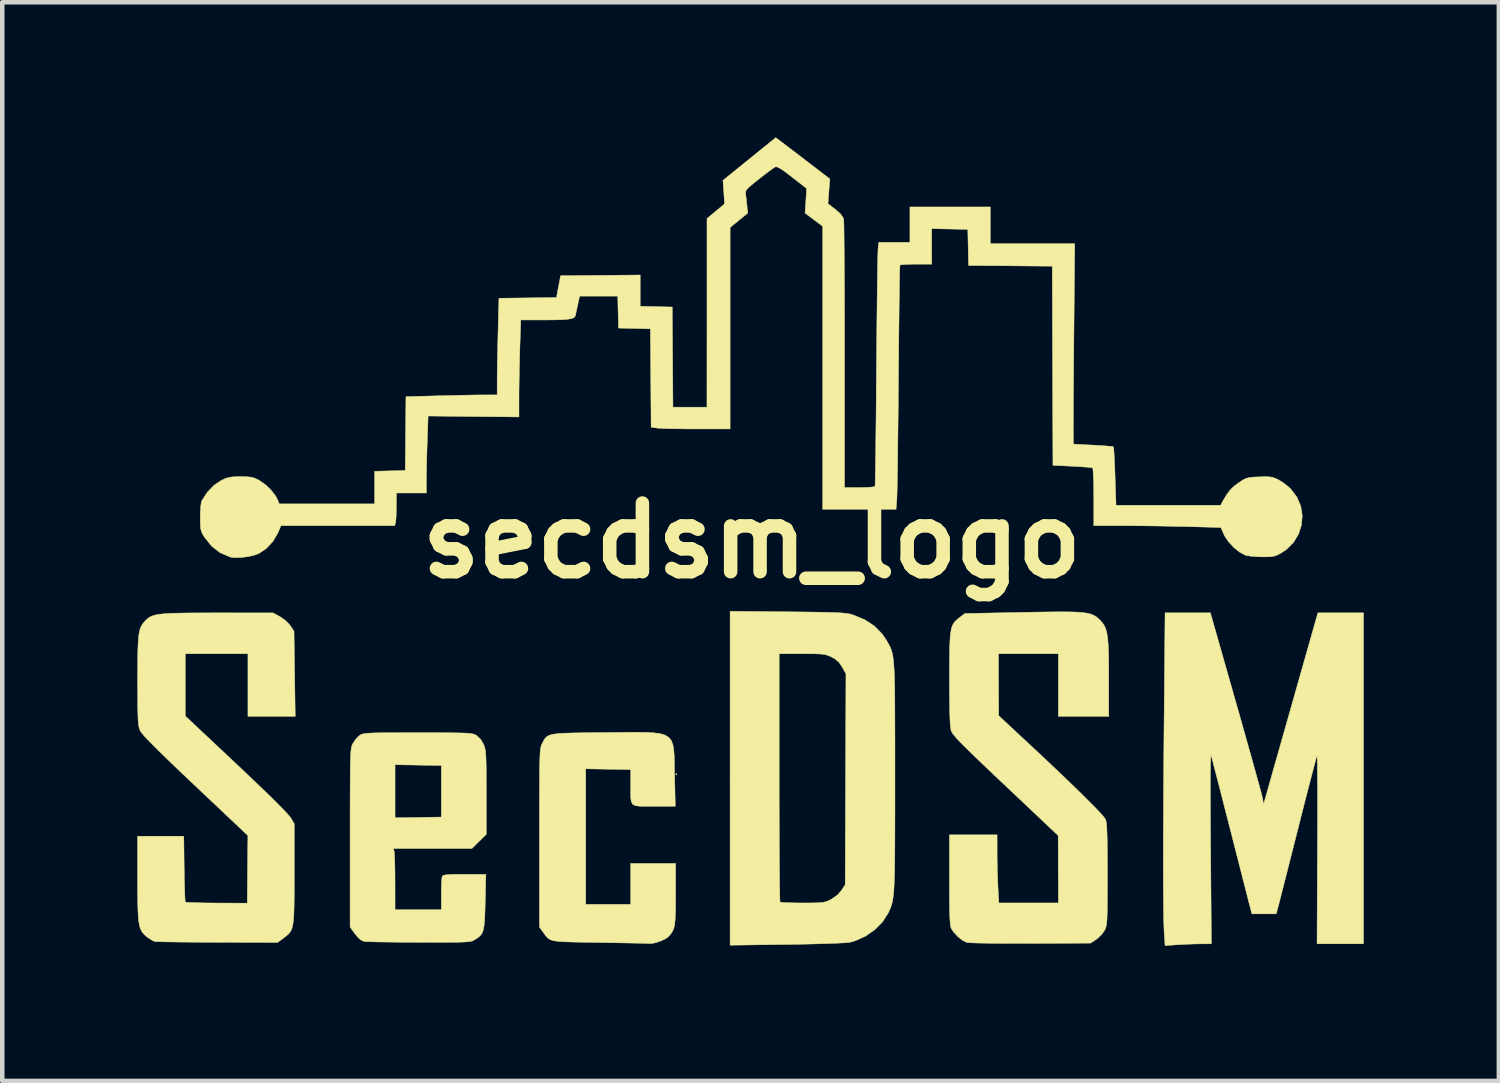
<source format=kicad_pcb>
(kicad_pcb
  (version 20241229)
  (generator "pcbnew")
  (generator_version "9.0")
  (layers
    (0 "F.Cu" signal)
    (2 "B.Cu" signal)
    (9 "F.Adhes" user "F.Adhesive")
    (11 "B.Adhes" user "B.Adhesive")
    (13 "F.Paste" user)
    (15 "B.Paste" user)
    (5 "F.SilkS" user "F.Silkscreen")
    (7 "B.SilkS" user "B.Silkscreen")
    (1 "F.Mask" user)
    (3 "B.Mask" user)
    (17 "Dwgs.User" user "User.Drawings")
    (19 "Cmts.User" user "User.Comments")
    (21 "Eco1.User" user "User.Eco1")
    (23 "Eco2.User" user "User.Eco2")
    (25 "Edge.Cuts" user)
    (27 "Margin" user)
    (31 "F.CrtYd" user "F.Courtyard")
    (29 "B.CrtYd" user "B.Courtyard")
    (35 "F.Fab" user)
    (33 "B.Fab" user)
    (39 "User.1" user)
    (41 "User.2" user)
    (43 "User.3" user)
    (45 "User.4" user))
  (footprint "secdsm_logo"
    (layer "F.Cu")
    (at 13.642 8.952)
    (property "Reference" "secdsm_logo" (at 0 0 0) (layer "F.SilkS") (effects (font (size 1.524 1.524) (thickness 0.3))))
    (attr through_hole)
    (fp_poly (pts (xy -1.663 5.186) (xy -1.678 5.201) (xy -1.693 5.186) (xy -1.678 5.171) (xy -1.663 5.186)) (stroke (width 0.01) (type solid)) (fill yes) (layer "F.SilkS"))
    (fp_poly (pts (xy -2.377 4.256) (xy -2.189 4.265) (xy -2.041 4.284) (xy -1.929 4.317) (xy -1.847 4.367) (xy -1.79 4.436) (xy -1.754 4.529) (xy -1.734 4.647) (xy -1.724 4.794) (xy -1.72 4.974) (xy -1.717 5.189) (xy -1.716 5.209) (xy -1.701 5.896) (xy -2.177 5.896) (xy -2.365 5.897) (xy -2.5 5.895) (xy -2.592 5.882) (xy -2.649 5.849) (xy -2.679 5.791) (xy -2.69 5.698) (xy -2.691 5.563) (xy -2.691 5.422) (xy -2.691 5.083) (xy -3.689 5.065) (xy -3.689 6.569) (xy -3.689 8.074) (xy -2.691 8.074) (xy -2.691 7.166) (xy -1.693 7.166) (xy -1.693 7.848) (xy -1.694 8.086) (xy -1.697 8.272) (xy -1.704 8.414) (xy -1.715 8.522) (xy -1.734 8.605) (xy -1.761 8.669) (xy -1.797 8.726) (xy -1.845 8.782) (xy -1.854 8.792) (xy -1.921 8.841) (xy -2.024 8.888) (xy -2.135 8.926) (xy -2.233 8.944) (xy -2.266 8.944) (xy -2.306 8.942) (xy -2.4 8.939) (xy -2.54 8.936) (xy -2.718 8.933) (xy -2.928 8.929) (xy -3.162 8.925) (xy -3.375 8.921) (xy -3.661 8.917) (xy -3.894 8.913) (xy -4.08 8.908) (xy -4.224 8.902) (xy -4.334 8.892) (xy -4.415 8.878) (xy -4.475 8.858) (xy -4.52 8.832) (xy -4.555 8.798) (xy -4.589 8.756) (xy -4.627 8.703) (xy -4.631 8.696) (xy -4.717 8.579) (xy -4.717 6.601) (xy -4.717 6.207) (xy -4.717 5.868) (xy -4.716 5.58) (xy -4.715 5.339) (xy -4.714 5.141) (xy -4.711 4.98) (xy -4.708 4.851) (xy -4.704 4.752) (xy -4.699 4.676) (xy -4.692 4.619) (xy -4.684 4.578) (xy -4.675 4.546) (xy -4.664 4.519) (xy -4.657 4.507) (xy -4.628 4.45) (xy -4.601 4.403) (xy -4.57 4.365) (xy -4.528 4.335) (xy -4.471 4.312) (xy -4.393 4.295) (xy -4.287 4.282) (xy -4.148 4.274) (xy -3.97 4.269) (xy -3.748 4.265) (xy -3.475 4.262) (xy -3.235 4.26) (xy -2.896 4.257) (xy -2.611 4.254) (xy -2.377 4.256)) (stroke (width 0.01) (type solid)) (fill yes) (layer "F.SilkS"))
    (fp_poly (pts (xy 0.794 1.58) (xy 1.112 1.583) (xy 1.375 1.586) (xy 1.59 1.59) (xy 1.763 1.594) (xy 1.899 1.599) (xy 2.006 1.606) (xy 2.088 1.614) (xy 2.152 1.624) (xy 2.204 1.636) (xy 2.238 1.646) (xy 2.505 1.756) (xy 2.723 1.899) (xy 2.897 2.077) (xy 2.991 2.219) (xy 3.022 2.274) (xy 3.05 2.325) (xy 3.075 2.374) (xy 3.095 2.427) (xy 3.113 2.487) (xy 3.128 2.559) (xy 3.14 2.646) (xy 3.15 2.752) (xy 3.158 2.882) (xy 3.164 3.041) (xy 3.169 3.231) (xy 3.172 3.457) (xy 3.173 3.723) (xy 3.174 4.033) (xy 3.175 4.392) (xy 3.175 4.804) (xy 3.175 5.245) (xy 3.175 5.712) (xy 3.175 6.121) (xy 3.174 6.479) (xy 3.173 6.788) (xy 3.171 7.053) (xy 3.168 7.279) (xy 3.164 7.469) (xy 3.158 7.627) (xy 3.151 7.757) (xy 3.141 7.864) (xy 3.13 7.952) (xy 3.116 8.025) (xy 3.1 8.086) (xy 3.082 8.141) (xy 3.06 8.193) (xy 3.035 8.246) (xy 3.021 8.275) (xy 2.899 8.465) (xy 2.73 8.635) (xy 2.527 8.777) (xy 2.302 8.88) (xy 2.173 8.917) (xy 2.114 8.924) (xy 2.003 8.931) (xy 1.845 8.938) (xy 1.648 8.945) (xy 1.42 8.952) (xy 1.167 8.958) (xy 0.896 8.962) (xy 0.779 8.964) (xy -0.484 8.981) (xy -0.484 2.51) (xy 0.605 2.51) (xy 0.605 5.256) (xy 0.605 5.659) (xy 0.606 6.044) (xy 0.607 6.407) (xy 0.608 6.745) (xy 0.61 7.052) (xy 0.612 7.325) (xy 0.614 7.559) (xy 0.616 7.751) (xy 0.619 7.894) (xy 0.622 7.987) (xy 0.625 8.023) (xy 0.625 8.023) (xy 0.661 8.03) (xy 0.746 8.036) (xy 0.87 8.04) (xy 1.023 8.043) (xy 1.125 8.043) (xy 1.308 8.043) (xy 1.442 8.04) (xy 1.539 8.034) (xy 1.611 8.023) (xy 1.67 8.006) (xy 1.727 7.981) (xy 1.755 7.967) (xy 1.9 7.867) (xy 1.988 7.765) (xy 2.071 7.64) (xy 2.088 2.958) (xy 2.007 2.81) (xy 1.933 2.7) (xy 1.842 2.624) (xy 1.774 2.586) (xy 1.714 2.558) (xy 1.658 2.538) (xy 1.595 2.524) (xy 1.512 2.516) (xy 1.399 2.512) (xy 1.245 2.51) (xy 1.113 2.51) (xy 0.605 2.51) (xy -0.484 2.51) (xy -0.484 1.568) (xy 0.794 1.58)) (stroke (width 0.01) (type solid)) (fill yes) (layer "F.SilkS"))
    (fp_poly (pts (xy 10.744 3.591) (xy 10.841 3.929) (xy 10.932 4.254) (xy 11.018 4.559) (xy 11.097 4.839) (xy 11.167 5.09) (xy 11.226 5.306) (xy 11.275 5.482) (xy 11.31 5.613) (xy 11.33 5.694) (xy 11.335 5.715) (xy 11.359 5.851) (xy 11.394 5.73) (xy 11.408 5.681) (xy 11.437 5.579) (xy 11.479 5.429) (xy 11.534 5.235) (xy 11.599 5.004) (xy 11.674 4.741) (xy 11.757 4.449) (xy 11.846 4.135) (xy 11.94 3.803) (xy 11.996 3.606) (xy 12.564 1.603) (xy 13.577 1.603) (xy 13.577 8.95) (xy 12.546 8.95) (xy 12.555 6.85) (xy 12.556 6.501) (xy 12.557 6.17) (xy 12.557 5.863) (xy 12.557 5.584) (xy 12.556 5.338) (xy 12.554 5.131) (xy 12.553 4.966) (xy 12.55 4.848) (xy 12.548 4.783) (xy 12.546 4.772) (xy 12.535 4.804) (xy 12.511 4.89) (xy 12.475 5.024) (xy 12.429 5.2) (xy 12.373 5.413) (xy 12.31 5.659) (xy 12.24 5.931) (xy 12.166 6.224) (xy 12.115 6.426) (xy 12.037 6.733) (xy 11.963 7.026) (xy 11.894 7.298) (xy 11.831 7.544) (xy 11.777 7.758) (xy 11.732 7.933) (xy 11.698 8.066) (xy 11.677 8.148) (xy 11.67 8.172) (xy 11.639 8.285) (xy 11.1 8.285) (xy 11.07 8.172) (xy 11.057 8.122) (xy 11.03 8.019) (xy 10.992 7.868) (xy 10.943 7.677) (xy 10.885 7.451) (xy 10.82 7.195) (xy 10.748 6.915) (xy 10.672 6.617) (xy 10.631 6.456) (xy 10.553 6.152) (xy 10.479 5.864) (xy 10.411 5.597) (xy 10.349 5.357) (xy 10.295 5.149) (xy 10.251 4.98) (xy 10.219 4.855) (xy 10.198 4.78) (xy 10.193 4.763) (xy 10.188 4.774) (xy 10.184 4.843) (xy 10.18 4.969) (xy 10.178 5.149) (xy 10.177 5.382) (xy 10.177 5.665) (xy 10.178 5.997) (xy 10.18 6.375) (xy 10.183 6.798) (xy 10.183 6.811) (xy 10.2 8.95) (xy 9.976 8.951) (xy 9.838 8.953) (xy 9.671 8.959) (xy 9.504 8.967) (xy 9.462 8.97) (xy 9.172 8.989) (xy 9.152 8.69) (xy 9.146 8.557) (xy 9.141 8.363) (xy 9.137 8.109) (xy 9.135 7.795) (xy 9.133 7.421) (xy 9.133 6.987) (xy 9.134 6.494) (xy 9.137 5.941) (xy 9.14 5.33) (xy 9.145 4.659) (xy 9.151 3.929) (xy 9.152 3.848) (xy 9.172 1.603) (xy 10.178 1.603) (xy 10.744 3.591)) (stroke (width 0.01) (type solid)) (fill yes) (layer "F.SilkS"))
    (fp_poly (pts (xy -11.855 1.603) (xy -10.629 1.604) (xy -10.479 1.686) (xy -10.37 1.762) (xy -10.275 1.853) (xy -10.247 1.89) (xy -10.165 2.011) (xy -10.152 2.956) (xy -10.138 3.901) (xy -11.188 3.901) (xy -11.188 2.51) (xy -12.579 2.51) (xy -12.579 3.893) (xy -11.446 4.958) (xy -11.187 5.203) (xy -10.952 5.427) (xy -10.745 5.627) (xy -10.569 5.8) (xy -10.427 5.944) (xy -10.321 6.054) (xy -10.256 6.128) (xy -10.237 6.154) (xy -10.16 6.285) (xy -10.16 7.399) (xy -10.16 7.705) (xy -10.161 7.957) (xy -10.164 8.161) (xy -10.17 8.323) (xy -10.18 8.45) (xy -10.195 8.547) (xy -10.215 8.621) (xy -10.243 8.678) (xy -10.28 8.724) (xy -10.325 8.765) (xy -10.38 8.809) (xy -10.397 8.821) (xy -10.528 8.92) (xy -11.863 8.917) (xy -12.144 8.916) (xy -12.407 8.914) (xy -12.646 8.912) (xy -12.855 8.909) (xy -13.028 8.907) (xy -13.157 8.903) (xy -13.237 8.9) (xy -13.259 8.898) (xy -13.32 8.87) (xy -13.399 8.819) (xy -13.431 8.795) (xy -13.484 8.75) (xy -13.527 8.702) (xy -13.562 8.645) (xy -13.588 8.572) (xy -13.608 8.477) (xy -13.621 8.353) (xy -13.63 8.195) (xy -13.635 7.994) (xy -13.637 7.745) (xy -13.637 7.494) (xy -13.637 6.562) (xy -12.612 6.562) (xy -12.603 7.285) (xy -12.6 7.488) (xy -12.596 7.67) (xy -12.591 7.824) (xy -12.586 7.939) (xy -12.581 8.008) (xy -12.578 8.025) (xy -12.544 8.03) (xy -12.458 8.034) (xy -12.33 8.038) (xy -12.168 8.042) (xy -11.981 8.044) (xy -11.882 8.045) (xy -11.203 8.048) (xy -11.196 7.297) (xy -11.189 6.547) (xy -12.357 5.443) (xy -12.644 5.172) (xy -12.887 4.939) (xy -13.09 4.743) (xy -13.255 4.58) (xy -13.384 4.449) (xy -13.48 4.348) (xy -13.543 4.274) (xy -13.577 4.226) (xy -13.581 4.218) (xy -13.596 4.18) (xy -13.609 4.134) (xy -13.618 4.075) (xy -13.625 3.995) (xy -13.63 3.888) (xy -13.633 3.746) (xy -13.635 3.562) (xy -13.636 3.331) (xy -13.637 3.111) (xy -13.636 2.814) (xy -13.635 2.571) (xy -13.63 2.375) (xy -13.622 2.219) (xy -13.611 2.098) (xy -13.594 2.004) (xy -13.571 1.931) (xy -13.541 1.872) (xy -13.504 1.821) (xy -13.464 1.776) (xy -13.422 1.736) (xy -13.377 1.702) (xy -13.322 1.675) (xy -13.254 1.653) (xy -13.165 1.636) (xy -13.049 1.623) (xy -12.903 1.614) (xy -12.719 1.609) (xy -12.492 1.605) (xy -12.216 1.604) (xy -11.886 1.603) (xy -11.855 1.603)) (stroke (width 0.01) (type solid)) (fill yes) (layer "F.SilkS"))
    (fp_poly (pts (xy -7.116 4.264) (xy -6.869 4.264) (xy -6.669 4.266) (xy -6.512 4.268) (xy -6.392 4.271) (xy -6.302 4.276) (xy -6.236 4.283) (xy -6.189 4.292) (xy -6.154 4.304) (xy -6.126 4.318) (xy -6.114 4.324) (xy -6.022 4.41) (xy -5.956 4.523) (xy -5.939 4.567) (xy -5.926 4.614) (xy -5.915 4.672) (xy -5.908 4.749) (xy -5.903 4.852) (xy -5.899 4.988) (xy -5.897 5.164) (xy -5.897 5.388) (xy -5.896 5.59) (xy -5.896 6.518) (xy -6.216 6.834) (xy -7.96 6.834) (xy -7.941 6.902) (xy -7.936 6.952) (xy -7.931 7.052) (xy -7.927 7.193) (xy -7.924 7.362) (xy -7.923 7.55) (xy -7.923 7.582) (xy -7.922 8.195) (xy -6.894 8.195) (xy -6.894 7.849) (xy -6.893 7.707) (xy -6.889 7.584) (xy -6.882 7.495) (xy -6.876 7.456) (xy -6.861 7.438) (xy -6.827 7.425) (xy -6.766 7.416) (xy -6.668 7.411) (xy -6.525 7.409) (xy -6.382 7.408) (xy -5.906 7.408) (xy -5.92 8.021) (xy -5.926 8.246) (xy -5.934 8.419) (xy -5.946 8.55) (xy -5.964 8.646) (xy -5.991 8.716) (xy -6.029 8.768) (xy -6.081 8.813) (xy -6.149 8.857) (xy -6.15 8.858) (xy -6.178 8.874) (xy -6.209 8.887) (xy -6.249 8.897) (xy -6.304 8.905) (xy -6.381 8.91) (xy -6.485 8.914) (xy -6.623 8.917) (xy -6.801 8.918) (xy -7.026 8.918) (xy -7.303 8.917) (xy -7.397 8.917) (xy -7.656 8.916) (xy -7.898 8.914) (xy -8.116 8.911) (xy -8.302 8.909) (xy -8.45 8.905) (xy -8.552 8.902) (xy -8.601 8.899) (xy -8.603 8.898) (xy -8.67 8.872) (xy -8.734 8.821) (xy -8.808 8.732) (xy -8.835 8.696) (xy -8.92 8.579) (xy -8.92 6.601) (xy -8.92 6.207) (xy -8.92 6.153) (xy -7.922 6.153) (xy -7.408 6.145) (xy -6.894 6.136) (xy -6.894 4.992) (xy -7.408 4.983) (xy -7.922 4.974) (xy -7.922 6.153) (xy -8.92 6.153) (xy -8.92 5.868) (xy -8.919 5.58) (xy -8.918 5.339) (xy -8.917 5.141) (xy -8.914 4.98) (xy -8.911 4.851) (xy -8.907 4.752) (xy -8.902 4.676) (xy -8.895 4.619) (xy -8.887 4.578) (xy -8.878 4.546) (xy -8.867 4.519) (xy -8.86 4.507) (xy -8.8 4.415) (xy -8.727 4.338) (xy -8.712 4.327) (xy -8.688 4.311) (xy -8.661 4.298) (xy -8.625 4.288) (xy -8.573 4.28) (xy -8.501 4.274) (xy -8.401 4.269) (xy -8.269 4.266) (xy -8.098 4.265) (xy -7.882 4.264) (xy -7.615 4.264) (xy -7.419 4.264) (xy -7.116 4.264)) (stroke (width 0.01) (type solid)) (fill yes) (layer "F.SilkS"))
    (fp_poly (pts (xy 7.078 1.582) (xy 7.235 1.588) (xy 7.36 1.598) (xy 7.458 1.613) (xy 7.535 1.634) (xy 7.597 1.661) (xy 7.649 1.694) (xy 7.698 1.736) (xy 7.73 1.767) (xy 7.781 1.824) (xy 7.823 1.885) (xy 7.855 1.959) (xy 7.88 2.051) (xy 7.898 2.168) (xy 7.91 2.318) (xy 7.918 2.508) (xy 7.921 2.744) (xy 7.922 3.033) (xy 7.922 3.044) (xy 7.922 3.901) (xy 6.804 3.901) (xy 6.804 2.51) (xy 5.473 2.51) (xy 5.478 3.886) (xy 6.027 4.397) (xy 6.37 4.717) (xy 6.681 5.01) (xy 6.96 5.275) (xy 7.204 5.511) (xy 7.411 5.715) (xy 7.581 5.885) (xy 7.712 6.021) (xy 7.801 6.12) (xy 7.847 6.181) (xy 7.851 6.19) (xy 7.862 6.23) (xy 7.872 6.294) (xy 7.879 6.388) (xy 7.884 6.518) (xy 7.888 6.688) (xy 7.891 6.903) (xy 7.892 7.17) (xy 7.892 7.409) (xy 7.892 7.7) (xy 7.891 7.937) (xy 7.89 8.126) (xy 7.887 8.274) (xy 7.883 8.387) (xy 7.878 8.471) (xy 7.87 8.533) (xy 7.859 8.58) (xy 7.847 8.616) (xy 7.831 8.649) (xy 7.766 8.741) (xy 7.677 8.828) (xy 7.644 8.852) (xy 7.519 8.935) (xy 6.186 8.941) (xy 5.905 8.941) (xy 5.64 8.941) (xy 5.397 8.939) (xy 5.185 8.936) (xy 5.008 8.933) (xy 4.875 8.928) (xy 4.791 8.923) (xy 4.765 8.919) (xy 4.674 8.872) (xy 4.572 8.79) (xy 4.48 8.691) (xy 4.427 8.612) (xy 4.415 8.578) (xy 4.405 8.522) (xy 4.398 8.44) (xy 4.392 8.325) (xy 4.388 8.171) (xy 4.386 7.973) (xy 4.385 7.724) (xy 4.385 7.531) (xy 4.385 6.531) (xy 5.443 6.531) (xy 5.443 6.947) (xy 5.445 7.141) (xy 5.449 7.352) (xy 5.456 7.553) (xy 5.463 7.703) (xy 5.482 8.043) (xy 6.804 8.043) (xy 6.799 6.547) (xy 5.628 5.44) (xy 5.366 5.192) (xy 5.144 4.981) (xy 4.96 4.804) (xy 4.81 4.658) (xy 4.69 4.539) (xy 4.597 4.444) (xy 4.528 4.369) (xy 4.479 4.31) (xy 4.446 4.265) (xy 4.427 4.229) (xy 4.421 4.212) (xy 4.41 4.148) (xy 4.4 4.038) (xy 4.394 3.879) (xy 4.389 3.668) (xy 4.386 3.402) (xy 4.385 3.079) (xy 4.385 3.066) (xy 4.386 2.766) (xy 4.388 2.52) (xy 4.392 2.322) (xy 4.4 2.165) (xy 4.412 2.043) (xy 4.43 1.949) (xy 4.455 1.878) (xy 4.488 1.821) (xy 4.529 1.774) (xy 4.581 1.73) (xy 4.613 1.705) (xy 4.727 1.618) (xy 6.015 1.592) (xy 6.357 1.586) (xy 6.645 1.582) (xy 6.883 1.58) (xy 7.078 1.582)) (stroke (width 0.01) (type solid)) (fill yes) (layer "F.SilkS"))
    (fp_poly (pts (xy 0.635 -8.867) (xy 0.691 -8.825) (xy 0.786 -8.752) (xy 0.911 -8.657) (xy 1.056 -8.547) (xy 1.212 -8.427) (xy 1.235 -8.409) (xy 1.73 -8.03) (xy 1.709 -7.755) (xy 1.689 -7.48) (xy 1.854 -7.352) (xy 1.962 -7.259) (xy 2.021 -7.178) (xy 2.037 -7.132) (xy 2.04 -7.088) (xy 2.043 -6.989) (xy 2.045 -6.838) (xy 2.047 -6.639) (xy 2.049 -6.397) (xy 2.051 -6.116) (xy 2.053 -5.8) (xy 2.054 -5.454) (xy 2.055 -5.082) (xy 2.056 -4.687) (xy 2.056 -4.275) (xy 2.056 -4.109) (xy 2.056 -1.179) (xy 2.387 -1.179) (xy 2.522 -1.181) (xy 2.633 -1.187) (xy 2.708 -1.195) (xy 2.732 -1.202) (xy 2.735 -1.235) (xy 2.737 -1.324) (xy 2.74 -1.465) (xy 2.743 -1.653) (xy 2.747 -1.883) (xy 2.75 -2.151) (xy 2.753 -2.453) (xy 2.757 -2.785) (xy 2.76 -3.141) (xy 2.763 -3.517) (xy 2.765 -3.765) (xy 2.768 -4.156) (xy 2.772 -4.532) (xy 2.775 -4.888) (xy 2.779 -5.221) (xy 2.782 -5.524) (xy 2.786 -5.794) (xy 2.789 -6.025) (xy 2.793 -6.213) (xy 2.796 -6.353) (xy 2.799 -6.439) (xy 2.8 -6.463) (xy 2.816 -6.622) (xy 3.508 -6.622) (xy 3.508 -7.408) (xy 5.292 -7.408) (xy 5.292 -6.592) (xy 7.166 -6.592) (xy 7.146 -4.369) (xy 7.143 -4.009) (xy 7.141 -3.666) (xy 7.138 -3.346) (xy 7.137 -3.054) (xy 7.136 -2.794) (xy 7.135 -2.571) (xy 7.135 -2.39) (xy 7.136 -2.255) (xy 7.137 -2.172) (xy 7.139 -2.144) (xy 7.172 -2.142) (xy 7.254 -2.137) (xy 7.375 -2.13) (xy 7.522 -2.123) (xy 7.581 -2.12) (xy 7.736 -2.111) (xy 7.869 -2.102) (xy 7.967 -2.093) (xy 8.02 -2.086) (xy 8.026 -2.084) (xy 8.031 -2.05) (xy 8.038 -1.966) (xy 8.045 -1.839) (xy 8.052 -1.678) (xy 8.06 -1.494) (xy 8.062 -1.428) (xy 8.083 -0.786) (xy 10.405 -0.786) (xy 10.456 -0.88) (xy 10.541 -1.023) (xy 10.621 -1.129) (xy 10.713 -1.216) (xy 10.806 -1.285) (xy 10.893 -1.342) (xy 10.962 -1.379) (xy 11.033 -1.399) (xy 11.126 -1.41) (xy 11.259 -1.416) (xy 11.262 -1.416) (xy 11.401 -1.42) (xy 11.499 -1.415) (xy 11.574 -1.401) (xy 11.646 -1.372) (xy 11.69 -1.351) (xy 11.799 -1.283) (xy 11.912 -1.194) (xy 11.965 -1.144) (xy 12.101 -0.963) (xy 12.185 -0.764) (xy 12.217 -0.555) (xy 12.2 -0.346) (xy 12.135 -0.144) (xy 12.023 0.039) (xy 11.866 0.196) (xy 11.751 0.273) (xy 11.67 0.317) (xy 11.599 0.343) (xy 11.518 0.356) (xy 11.407 0.36) (xy 11.324 0.36) (xy 11.189 0.355) (xy 11.065 0.344) (xy 10.973 0.328) (xy 10.953 0.322) (xy 10.826 0.254) (xy 10.694 0.147) (xy 10.576 0.019) (xy 10.489 -0.113) (xy 10.48 -0.134) (xy 10.41 -0.292) (xy 9.63 -0.313) (xy 9.371 -0.318) (xy 9.088 -0.324) (xy 8.801 -0.328) (xy 8.528 -0.331) (xy 8.291 -0.333) (xy 8.22 -0.333) (xy 7.59 -0.333) (xy 7.59 -0.966) (xy 7.589 -1.155) (xy 7.585 -1.324) (xy 7.58 -1.462) (xy 7.573 -1.561) (xy 7.566 -1.611) (xy 7.563 -1.615) (xy 7.525 -1.623) (xy 7.438 -1.631) (xy 7.314 -1.64) (xy 7.164 -1.649) (xy 7.11 -1.652) (xy 6.683 -1.672) (xy 6.675 -3.883) (xy 6.668 -6.093) (xy 5.739 -6.101) (xy 4.81 -6.109) (xy 4.801 -6.509) (xy 4.793 -6.909) (xy 4.392 -6.918) (xy 3.991 -6.926) (xy 3.991 -6.138) (xy 3.645 -6.138) (xy 3.507 -6.136) (xy 3.393 -6.131) (xy 3.315 -6.124) (xy 3.286 -6.116) (xy 3.284 -6.083) (xy 3.281 -5.994) (xy 3.278 -5.853) (xy 3.275 -5.666) (xy 3.272 -5.436) (xy 3.268 -5.169) (xy 3.265 -4.868) (xy 3.261 -4.538) (xy 3.258 -4.184) (xy 3.255 -3.81) (xy 3.253 -3.613) (xy 3.25 -3.226) (xy 3.247 -2.851) (xy 3.243 -2.495) (xy 3.239 -2.162) (xy 3.236 -1.857) (xy 3.232 -1.586) (xy 3.228 -1.353) (xy 3.225 -1.164) (xy 3.221 -1.022) (xy 3.218 -0.934) (xy 3.217 -0.915) (xy 3.2 -0.695) (xy 1.572 -0.695) (xy 1.572 -6.978) (xy 1.376 -7.125) (xy 1.18 -7.272) (xy 1.198 -7.544) (xy 1.216 -7.817) (xy 0.893 -8.069) (xy 0.754 -8.176) (xy 0.654 -8.247) (xy 0.584 -8.287) (xy 0.538 -8.3) (xy 0.516 -8.296) (xy 0.472 -8.268) (xy 0.393 -8.21) (xy 0.288 -8.131) (xy 0.169 -8.038) (xy 0.156 -8.028) (xy 0.03 -7.928) (xy -0.054 -7.857) (xy -0.106 -7.805) (xy -0.133 -7.765) (xy -0.14 -7.726) (xy -0.137 -7.682) (xy -0.137 -7.68) (xy -0.125 -7.584) (xy -0.112 -7.467) (xy -0.108 -7.423) (xy -0.092 -7.272) (xy -0.288 -7.112) (xy -0.484 -6.951) (xy -0.484 -2.48) (xy -1.22 -2.48) (xy -1.434 -2.48) (xy -1.636 -2.483) (xy -1.814 -2.486) (xy -1.959 -2.49) (xy -2.061 -2.495) (xy -2.097 -2.499) (xy -2.237 -2.518) (xy -2.245 -3.61) (xy -2.253 -4.702) (xy -2.607 -4.711) (xy -2.961 -4.719) (xy -2.97 -5.073) (xy -2.978 -5.428) (xy -3.825 -5.428) (xy -3.865 -5.246) (xy -3.888 -5.138) (xy -3.908 -5.046) (xy -3.917 -5.001) (xy -3.932 -4.968) (xy -3.964 -4.943) (xy -4.022 -4.925) (xy -4.113 -4.912) (xy -4.243 -4.904) (xy -4.42 -4.9) (xy -4.644 -4.899) (xy -5.131 -4.899) (xy -5.151 -4.286) (xy -5.157 -4.058) (xy -5.163 -3.813) (xy -5.167 -3.569) (xy -5.17 -3.35) (xy -5.171 -3.21) (xy -5.171 -2.746) (xy -6.179 -2.756) (xy -7.188 -2.767) (xy -7.207 -2.207) (xy -7.214 -2.003) (xy -7.219 -1.796) (xy -7.224 -1.602) (xy -7.226 -1.439) (xy -7.227 -1.353) (xy -7.227 -1.058) (xy -7.892 -1.058) (xy -7.893 -0.764) (xy -7.895 -0.628) (xy -7.9 -0.51) (xy -7.907 -0.426) (xy -7.911 -0.401) (xy -7.929 -0.333) (xy -10.455 -0.333) (xy -10.522 -0.174) (xy -10.633 0.017) (xy -10.785 0.178) (xy -10.946 0.286) (xy -11.06 0.327) (xy -11.204 0.358) (xy -11.357 0.375) (xy -11.495 0.377) (xy -11.581 0.364) (xy -11.803 0.269) (xy -11.993 0.123) (xy -12.152 -0.075) (xy -12.155 -0.08) (xy -12.197 -0.15) (xy -12.224 -0.213) (xy -12.239 -0.284) (xy -12.245 -0.38) (xy -12.246 -0.52) (xy -12.246 -0.522) (xy -12.243 -0.657) (xy -12.234 -0.776) (xy -12.221 -0.86) (xy -12.212 -0.886) (xy -12.092 -1.072) (xy -11.942 -1.228) (xy -11.786 -1.333) (xy -11.691 -1.378) (xy -11.608 -1.404) (xy -11.513 -1.417) (xy -11.385 -1.421) (xy -11.348 -1.421) (xy -11.212 -1.419) (xy -11.117 -1.409) (xy -11.04 -1.388) (xy -10.963 -1.352) (xy -10.926 -1.331) (xy -10.795 -1.238) (xy -10.672 -1.119) (xy -10.574 -0.992) (xy -10.525 -0.899) (xy -10.494 -0.816) (xy -8.376 -0.816) (xy -8.376 -1.54) (xy -8.036 -1.549) (xy -7.696 -1.557) (xy -7.688 -2.376) (xy -7.68 -3.196) (xy -6.949 -3.216) (xy -6.725 -3.221) (xy -6.504 -3.226) (xy -6.297 -3.231) (xy -6.119 -3.234) (xy -5.982 -3.235) (xy -5.937 -3.235) (xy -5.655 -3.235) (xy -5.655 -3.578) (xy -5.654 -3.711) (xy -5.651 -3.89) (xy -5.647 -4.1) (xy -5.643 -4.328) (xy -5.637 -4.56) (xy -5.635 -4.651) (xy -5.615 -5.381) (xy -4.977 -5.389) (xy -4.339 -5.397) (xy -4.293 -5.639) (xy -4.247 -5.881) (xy -3.363 -5.889) (xy -2.48 -5.897) (xy -2.48 -5.203) (xy -1.769 -5.186) (xy -1.753 -2.963) (xy -0.998 -2.963) (xy -0.997 -5.057) (xy -0.997 -7.151) (xy -0.606 -7.476) (xy -0.624 -7.737) (xy -0.642 -7.998) (xy -0.057 -8.472) (xy 0.529 -8.947) (xy 0.635 -8.867)) (stroke (width 0.01) (type solid)) (fill yes) (layer "F.SilkS")))
  (gr_rect
    (start -3 -3)
    (end 30.224 20.946)
    (stroke (width 0.1) (type default))
    (fill no)
    (layer "Edge.Cuts")))
</source>
